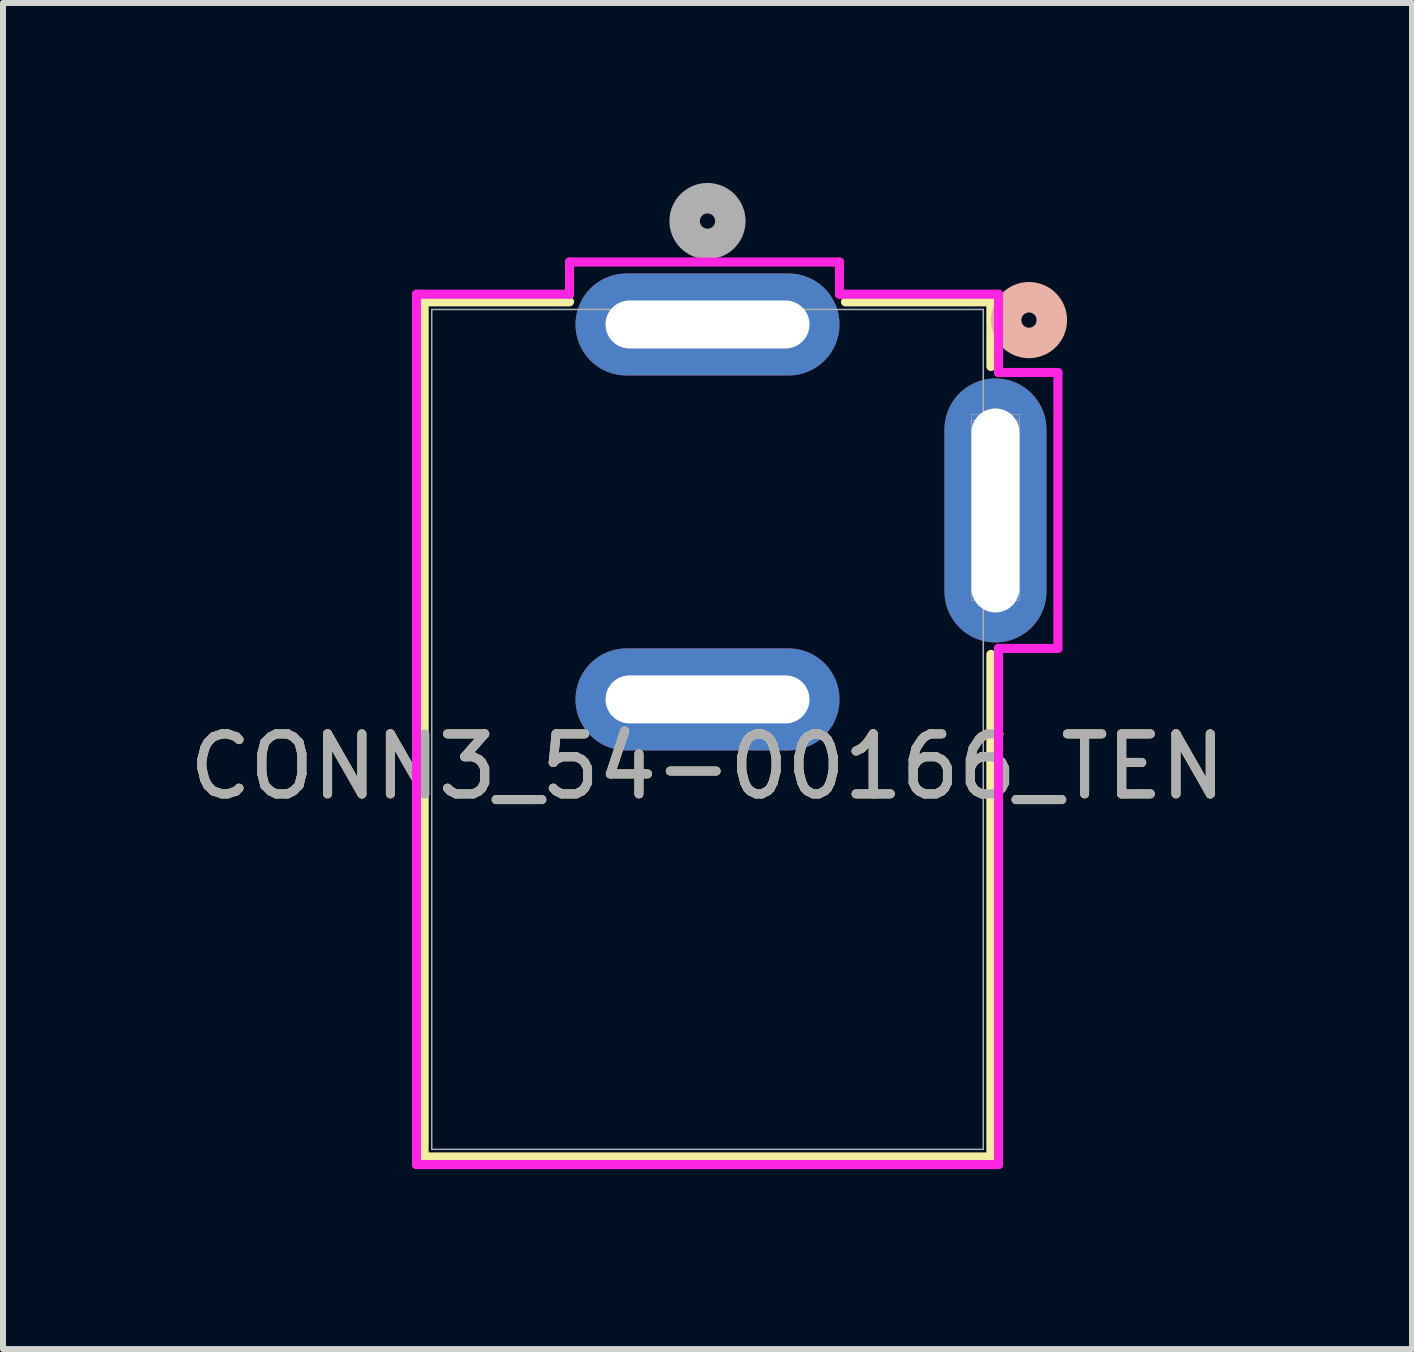
<source format=kicad_pcb>
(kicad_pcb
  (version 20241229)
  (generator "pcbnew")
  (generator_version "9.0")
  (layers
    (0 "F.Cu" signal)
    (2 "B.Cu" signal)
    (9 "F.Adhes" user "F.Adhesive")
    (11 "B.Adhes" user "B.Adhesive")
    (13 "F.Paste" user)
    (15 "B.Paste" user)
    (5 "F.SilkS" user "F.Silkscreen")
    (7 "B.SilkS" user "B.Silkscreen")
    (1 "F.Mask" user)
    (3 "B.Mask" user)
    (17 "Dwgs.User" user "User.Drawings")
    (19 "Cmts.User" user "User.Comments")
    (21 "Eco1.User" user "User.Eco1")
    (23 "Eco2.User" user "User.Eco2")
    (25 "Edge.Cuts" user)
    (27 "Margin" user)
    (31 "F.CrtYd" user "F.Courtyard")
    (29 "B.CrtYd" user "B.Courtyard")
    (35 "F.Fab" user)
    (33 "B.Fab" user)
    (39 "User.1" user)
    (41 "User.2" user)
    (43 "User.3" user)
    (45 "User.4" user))
  (footprint "CONN3_54-00166_TEN"
    (layer "F.Cu")
    (at 8.744 2.359)
    (property "Reference" "CONN3_54-00166_TEN" (at 0 7.37 0) (unlocked yes) (layer "F.SilkS") (effects (font (size 1 1) (thickness 0.15))))
    (attr through_hole)
    (fp_line (start -4.724 -0.377) (end -2.3 -0.377) (stroke (width 0.152) (type solid)) (layer "F.SilkS"))
    (fp_line (start -4.724 13.877) (end -4.724 -0.377) (stroke (width 0.152) (type solid)) (layer "F.SilkS"))
    (fp_line (start 2.3 -0.377) (end 4.724 -0.377) (stroke (width 0.152) (type solid)) (layer "F.SilkS"))
    (fp_line (start 4.724 -0.377) (end 4.724 0.7) (stroke (width 0.152) (type solid)) (layer "F.SilkS"))
    (fp_line (start 4.724 5.5) (end 4.724 13.877) (stroke (width 0.152) (type solid)) (layer "F.SilkS"))
    (fp_line (start 4.724 13.877) (end -4.724 13.877) (stroke (width 0.152) (type solid)) (layer "F.SilkS"))
    (fp_circle (center 5.359 -0.073) (end 5.74 -0.073) (stroke (width 0.508) (type solid)) (fill no) (layer "B.SilkS"))
    (fp_line (start -4.851 -0.504) (end -4.851 14.004) (stroke (width 0.152) (type solid)) (layer "F.CrtYd"))
    (fp_line (start -4.851 14.004) (end 4.851 14.004) (stroke (width 0.152) (type solid)) (layer "F.CrtYd"))
    (fp_line (start -2.3 -1.041) (end -2.3 -0.504) (stroke (width 0.152) (type solid)) (layer "F.CrtYd"))
    (fp_line (start -2.3 -0.504) (end -4.851 -0.504) (stroke (width 0.152) (type solid)) (layer "F.CrtYd"))
    (fp_line (start 2.2 -1.041) (end -2.3 -1.041) (stroke (width 0.152) (type solid)) (layer "F.CrtYd"))
    (fp_line (start 2.2 -0.504) (end 2.2 -1.041) (stroke (width 0.152) (type solid)) (layer "F.CrtYd"))
    (fp_line (start 4.851 -0.504) (end 2.2 -0.504) (stroke (width 0.152) (type solid)) (layer "F.CrtYd"))
    (fp_line (start 4.851 0.8) (end 4.851 -0.504) (stroke (width 0.152) (type solid)) (layer "F.CrtYd"))
    (fp_line (start 4.851 5.4) (end 5.841 5.4) (stroke (width 0.152) (type solid)) (layer "F.CrtYd"))
    (fp_line (start 4.851 14.004) (end 4.851 5.4) (stroke (width 0.152) (type solid)) (layer "F.CrtYd"))
    (fp_line (start 5.841 0.8) (end 4.851 0.8) (stroke (width 0.152) (type solid)) (layer "F.CrtYd"))
    (fp_line (start 5.841 5.4) (end 5.841 0.8) (stroke (width 0.152) (type solid)) (layer "F.CrtYd"))
    (fp_line (start -4.597 -0.25) (end -4.597 13.75) (stroke (width 0.025) (type solid)) (layer "F.Fab"))
    (fp_line (start -4.597 13.75) (end 4.597 13.75) (stroke (width 0.025) (type solid)) (layer "F.Fab"))
    (fp_line (start 4.597 -0.25) (end -4.597 -0.25) (stroke (width 0.025) (type solid)) (layer "F.Fab"))
    (fp_line (start 4.597 13.75) (end 4.597 -0.25) (stroke (width 0.025) (type solid)) (layer "F.Fab"))
    (fp_rect (start 4.4 1.5) (end 5.2 4.5) (stroke (width 0.01) (type default)) (fill no) (layer "F.Fab"))
    (fp_rect (start 4.4 1.6) (end 5.2 4.6) (stroke (width 0.01) (type default)) (fill no) (layer "F.Fab"))
    (fp_circle (center 0 -1.724) (end 0.381 -1.724) (stroke (width 0.508) (type solid)) (fill no) (layer "F.Fab"))
    (fp_rect (start 4.4 1.6) (end 5.2 4.6) (stroke (width 0.01) (type default)) (fill no) (layer "User.4"))
    (fp_text user "${REFERENCE}" (at 0 7.37 0) (unlocked yes) (layer "F.Fab") (effects (font (size 1 1) (thickness 0.15))))
    (pad "1" thru_hole oval (at 0 0) (size 4.4 1.7) (drill oval 3.4 0.8) (layers "*.Cu" "*.Mask"))
    (pad "2" thru_hole oval (at 0 6.25) (size 4.4 1.7) (drill oval 3.4 0.8) (layers "*.Cu" "*.Mask"))
    (pad "3" thru_hole oval (at 4.8 3.1) (size 1.7 4.4) (drill oval 0.8 3.4) (layers "*.Cu" "*.Mask")))
  (gr_rect
    (start -3 -3)
    (end 20.488 19.439)
    (stroke (width 0.1) (type default))
    (fill no)
    (layer "Edge.Cuts")))
</source>
